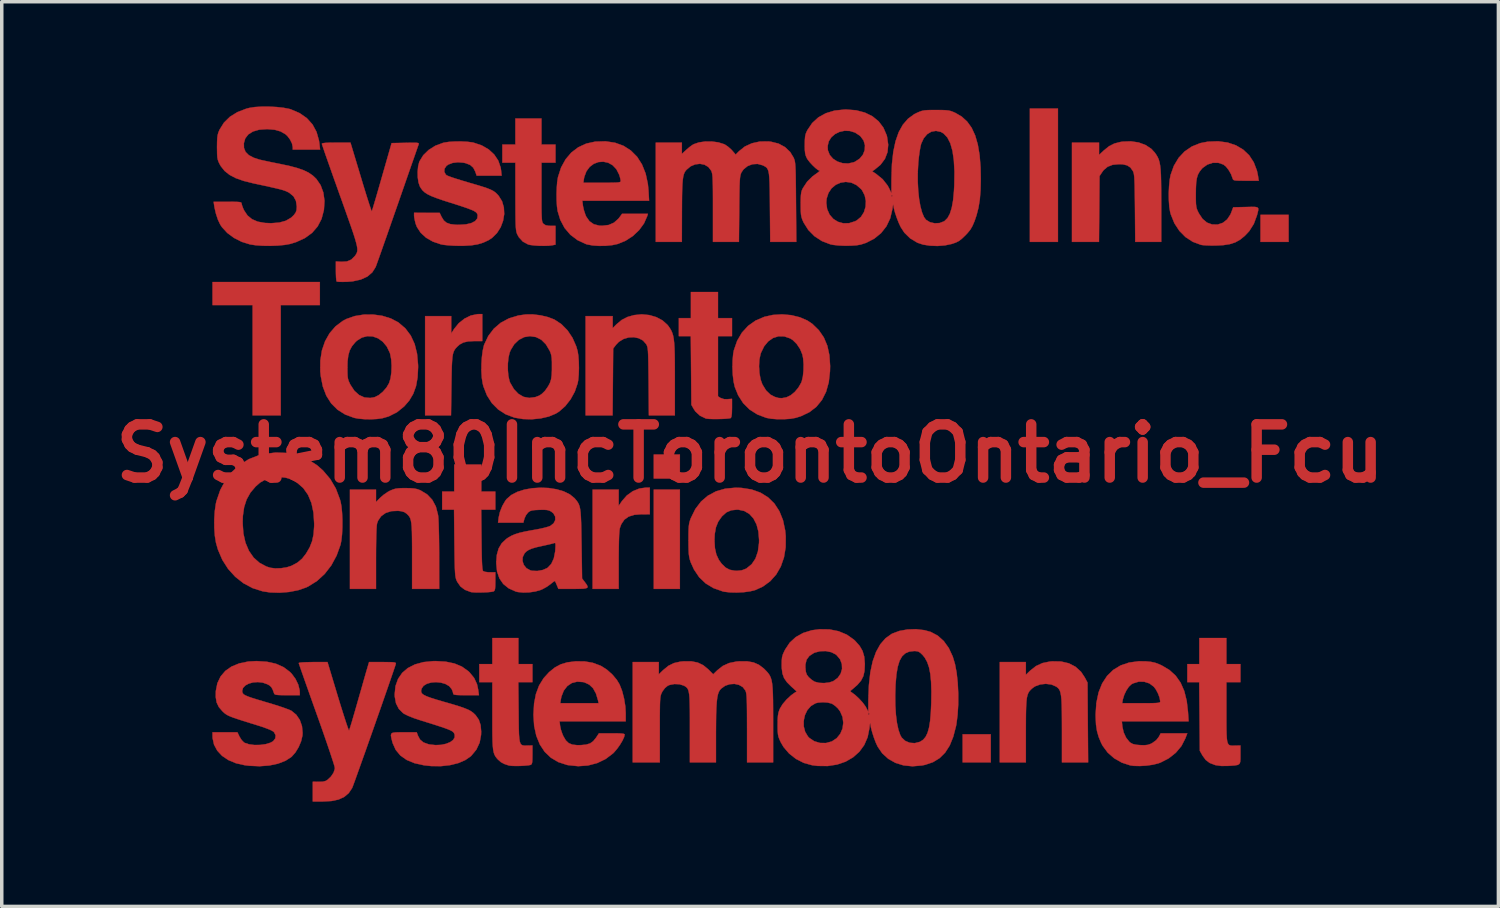
<source format=kicad_pcb>
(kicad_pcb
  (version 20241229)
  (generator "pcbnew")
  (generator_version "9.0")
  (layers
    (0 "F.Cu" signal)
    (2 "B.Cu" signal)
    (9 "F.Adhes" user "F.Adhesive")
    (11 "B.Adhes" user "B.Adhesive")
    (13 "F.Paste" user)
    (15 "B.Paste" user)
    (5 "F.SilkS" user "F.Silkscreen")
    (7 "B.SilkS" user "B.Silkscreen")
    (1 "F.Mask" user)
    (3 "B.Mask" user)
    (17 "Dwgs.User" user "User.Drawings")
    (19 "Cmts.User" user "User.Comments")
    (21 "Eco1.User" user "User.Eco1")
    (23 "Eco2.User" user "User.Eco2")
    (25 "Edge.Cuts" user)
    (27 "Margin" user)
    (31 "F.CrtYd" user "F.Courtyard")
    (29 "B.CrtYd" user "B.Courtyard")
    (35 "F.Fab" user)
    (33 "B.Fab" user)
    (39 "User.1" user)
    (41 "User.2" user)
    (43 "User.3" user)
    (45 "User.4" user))
  (footprint "System80IncTorontoOntario_Fcu"
    (layer "F.Cu")
    (at 18.44 9.943)
    (property "Reference" "System80IncTorontoOntario_Fcu" (at 0 0 0) (layer "F.Cu") (effects (font (size 1.524 1.524) (thickness 0.3))))
    (attr through_hole)
    (fp_poly (pts (xy -2.011 0.718) (xy -2.758 0.718) (xy -2.758 0.029) (xy -2.011 0.029) (xy -2.011 0.718)) (stroke (width 0.01) (type solid)) (fill yes) (layer "F.Cu"))
    (fp_poly (pts (xy -2.011 3.879) (xy -2.758 3.879) (xy -2.758 1.034) (xy -2.011 1.034) (xy -2.011 3.879)) (stroke (width 0.01) (type solid)) (fill yes) (layer "F.Cu"))
    (fp_poly (pts (xy 6.896 8.85) (xy 6.091 8.85) (xy 6.091 8.045) (xy 6.896 8.045) (xy 6.896 8.85)) (stroke (width 0.01) (type solid)) (fill yes) (layer "F.Cu"))
    (fp_poly (pts (xy 8.821 -6.063) (xy 8.017 -6.063) (xy 8.017 -9.884) (xy 8.821 -9.884) (xy 8.821 -6.063)) (stroke (width 0.01) (type solid)) (fill yes) (layer "F.Cu"))
    (fp_poly (pts (xy 15.43 -6.063) (xy 14.625 -6.063) (xy 14.625 -6.838) (xy 15.43 -6.838) (xy 15.43 -6.063)) (stroke (width 0.01) (type solid)) (fill yes) (layer "F.Cu"))
    (fp_poly (pts (xy -12.326 -4.252) (xy -13.447 -4.252) (xy -13.447 -1.092) (xy -14.252 -1.092) (xy -14.252 -4.252) (xy -15.401 -4.252) (xy -15.401 -4.913) (xy -12.326 -4.913) (xy -12.326 -4.252)) (stroke (width 0.01) (type solid)) (fill yes) (layer "F.Cu"))
    (fp_poly (pts (xy -2.873 1.742) (xy -3.11 1.741) (xy -3.316 1.757) (xy -3.479 1.808) (xy -3.602 1.896) (xy -3.689 2.024) (xy -3.732 2.141) (xy -3.742 2.208) (xy -3.751 2.329) (xy -3.757 2.497) (xy -3.761 2.709) (xy -3.764 2.959) (xy -3.764 3.067) (xy -3.764 3.879) (xy -4.511 3.879) (xy -4.511 1.034) (xy -3.764 1.034) (xy -3.764 1.5) (xy -3.669 1.361) (xy -3.53 1.202) (xy -3.361 1.081) (xy -3.172 1.004) (xy -2.981 0.977) (xy -2.873 0.977) (xy -2.873 1.742)) (stroke (width 0.01) (type solid)) (fill yes) (layer "F.Cu"))
    (fp_poly (pts (xy -7.672 -3.221) (xy -7.898 -3.221) (xy -8.076 -3.212) (xy -8.213 -3.181) (xy -8.322 -3.122) (xy -8.395 -3.056) (xy -8.436 -3.011) (xy -8.468 -2.966) (xy -8.493 -2.913) (xy -8.513 -2.848) (xy -8.527 -2.762) (xy -8.537 -2.648) (xy -8.545 -2.501) (xy -8.55 -2.314) (xy -8.554 -2.079) (xy -8.556 -1.947) (xy -8.568 -1.092) (xy -9.31 -1.092) (xy -9.31 -3.936) (xy -8.562 -3.936) (xy -8.562 -3.437) (xy -8.481 -3.566) (xy -8.346 -3.733) (xy -8.182 -3.864) (xy -8 -3.953) (xy -7.81 -3.992) (xy -7.767 -3.994) (xy -7.672 -3.994) (xy -7.672 -3.221)) (stroke (width 0.01) (type solid)) (fill yes) (layer "F.Cu"))
    (fp_poly (pts (xy -0.919 -3.879) (xy -0.517 -3.879) (xy -0.517 -3.362) (xy -0.919 -3.362) (xy -0.919 -1.639) (xy -0.848 -1.592) (xy -0.744 -1.557) (xy -0.647 -1.556) (xy -0.517 -1.566) (xy -0.517 -1.302) (xy -0.521 -1.151) (xy -0.533 -1.056) (xy -0.552 -1.016) (xy -0.599 -1.005) (xy -0.688 -0.996) (xy -0.806 -0.99) (xy -0.935 -0.987) (xy -1.063 -0.987) (xy -1.173 -0.991) (xy -1.252 -0.999) (xy -1.271 -1.004) (xy -1.436 -1.084) (xy -1.566 -1.204) (xy -1.61 -1.27) (xy -1.681 -1.394) (xy -1.698 -3.362) (xy -2.04 -3.362) (xy -2.04 -3.879) (xy -1.695 -3.879) (xy -1.695 -4.626) (xy -0.919 -4.626) (xy -0.919 -3.879)) (stroke (width 0.01) (type solid)) (fill yes) (layer "F.Cu"))
    (fp_poly (pts (xy 13.648 6.034) (xy 14.05 6.034) (xy 14.05 6.551) (xy 13.648 6.551) (xy 13.648 7.408) (xy 13.648 7.669) (xy 13.649 7.878) (xy 13.653 8.041) (xy 13.66 8.164) (xy 13.672 8.252) (xy 13.692 8.311) (xy 13.719 8.347) (xy 13.756 8.365) (xy 13.804 8.371) (xy 13.864 8.37) (xy 13.889 8.37) (xy 14.05 8.366) (xy 14.05 8.633) (xy 14.05 8.756) (xy 14.043 8.839) (xy 14.021 8.892) (xy 13.973 8.922) (xy 13.89 8.937) (xy 13.764 8.947) (xy 13.691 8.951) (xy 13.5 8.952) (xy 13.345 8.931) (xy 13.323 8.925) (xy 13.169 8.866) (xy 13.055 8.78) (xy 12.963 8.654) (xy 12.959 8.646) (xy 12.887 8.519) (xy 12.869 6.551) (xy 12.528 6.551) (xy 12.528 6.034) (xy 12.872 6.034) (xy 12.872 5.287) (xy 13.648 5.287) (xy 13.648 6.034)) (stroke (width 0.01) (type solid)) (fill yes) (layer "F.Cu"))
    (fp_poly (pts (xy -5.976 -8.85) (xy -5.574 -8.85) (xy -5.574 -8.333) (xy -5.976 -8.333) (xy -5.976 -7.485) (xy -5.976 -7.242) (xy -5.976 -7.049) (xy -5.974 -6.901) (xy -5.97 -6.791) (xy -5.965 -6.712) (xy -5.958 -6.658) (xy -5.948 -6.622) (xy -5.935 -6.598) (xy -5.919 -6.58) (xy -5.857 -6.54) (xy -5.764 -6.524) (xy -5.718 -6.522) (xy -5.574 -6.522) (xy -5.574 -5.984) (xy -5.664 -5.966) (xy -5.768 -5.953) (xy -5.903 -5.949) (xy -6.05 -5.951) (xy -6.19 -5.961) (xy -6.305 -5.976) (xy -6.36 -5.99) (xy -6.51 -6.071) (xy -6.624 -6.196) (xy -6.669 -6.278) (xy -6.684 -6.314) (xy -6.695 -6.355) (xy -6.704 -6.409) (xy -6.711 -6.482) (xy -6.716 -6.58) (xy -6.719 -6.709) (xy -6.721 -6.877) (xy -6.722 -7.089) (xy -6.723 -7.352) (xy -6.723 -7.363) (xy -6.724 -8.333) (xy -7.097 -8.333) (xy -7.097 -8.85) (xy -6.724 -8.85) (xy -6.724 -9.597) (xy -5.976 -9.597) (xy -5.976 -8.85)) (stroke (width 0.01) (type solid)) (fill yes) (layer "F.Cu"))
    (fp_poly (pts (xy 8.911 5.96) (xy 9.134 6.012) (xy 9.325 6.111) (xy 9.483 6.255) (xy 9.591 6.418) (xy 9.669 6.565) (xy 9.677 7.708) (xy 9.686 8.85) (xy 8.936 8.85) (xy 8.936 7.902) (xy 8.935 7.618) (xy 8.933 7.385) (xy 8.929 7.198) (xy 8.922 7.05) (xy 8.91 6.937) (xy 8.894 6.852) (xy 8.873 6.789) (xy 8.845 6.743) (xy 8.81 6.707) (xy 8.769 6.677) (xy 8.633 6.619) (xy 8.474 6.599) (xy 8.312 6.617) (xy 8.166 6.671) (xy 8.098 6.718) (xy 8.047 6.763) (xy 8.006 6.807) (xy 7.973 6.859) (xy 7.949 6.922) (xy 7.93 7.005) (xy 7.918 7.113) (xy 7.91 7.253) (xy 7.905 7.432) (xy 7.903 7.654) (xy 7.902 7.928) (xy 7.902 7.938) (xy 7.902 8.85) (xy 7.155 8.85) (xy 7.155 5.976) (xy 7.902 5.976) (xy 7.902 6.34) (xy 8.025 6.222) (xy 8.193 6.09) (xy 8.377 6.005) (xy 8.591 5.961) (xy 8.656 5.955) (xy 8.911 5.96)) (stroke (width 0.01) (type solid)) (fill yes) (layer "F.Cu"))
    (fp_poly (pts (xy -7.7 1.092) (xy -7.298 1.092) (xy -7.298 1.609) (xy -7.703 1.609) (xy -7.694 2.47) (xy -7.691 2.73) (xy -7.687 2.939) (xy -7.682 3.1) (xy -7.676 3.218) (xy -7.668 3.299) (xy -7.659 3.348) (xy -7.649 3.368) (xy -7.597 3.39) (xy -7.506 3.402) (xy -7.455 3.403) (xy -7.298 3.402) (xy -7.298 3.666) (xy -7.3 3.794) (xy -7.306 3.875) (xy -7.318 3.922) (xy -7.339 3.946) (xy -7.348 3.951) (xy -7.409 3.964) (xy -7.51 3.974) (xy -7.634 3.98) (xy -7.764 3.983) (xy -7.883 3.981) (xy -7.973 3.974) (xy -8.002 3.969) (xy -8.169 3.906) (xy -8.294 3.813) (xy -8.387 3.681) (xy -8.41 3.634) (xy -8.424 3.596) (xy -8.435 3.55) (xy -8.445 3.488) (xy -8.452 3.404) (xy -8.458 3.292) (xy -8.462 3.146) (xy -8.466 2.958) (xy -8.469 2.723) (xy -8.471 2.564) (xy -8.481 1.609) (xy -8.821 1.609) (xy -8.821 1.092) (xy -8.476 1.092) (xy -8.476 0.316) (xy -7.7 0.316) (xy -7.7 1.092)) (stroke (width 0.01) (type solid)) (fill yes) (layer "F.Cu"))
    (fp_poly (pts (xy -2.888 -3.966) (xy -2.686 -3.907) (xy -2.509 -3.813) (xy -2.368 -3.687) (xy -2.341 -3.653) (xy -2.296 -3.588) (xy -2.259 -3.525) (xy -2.229 -3.457) (xy -2.205 -3.379) (xy -2.187 -3.285) (xy -2.174 -3.168) (xy -2.165 -3.022) (xy -2.159 -2.841) (xy -2.156 -2.619) (xy -2.155 -2.349) (xy -2.155 -2.146) (xy -2.155 -1.092) (xy -2.899 -1.092) (xy -2.907 -2.062) (xy -2.91 -2.325) (xy -2.913 -2.536) (xy -2.916 -2.703) (xy -2.92 -2.832) (xy -2.925 -2.928) (xy -2.932 -2.999) (xy -2.941 -3.05) (xy -2.953 -3.088) (xy -2.968 -3.119) (xy -2.975 -3.132) (xy -3.066 -3.236) (xy -3.189 -3.302) (xy -3.331 -3.332) (xy -3.482 -3.324) (xy -3.628 -3.28) (xy -3.759 -3.199) (xy -3.839 -3.116) (xy -3.922 -3.007) (xy -3.93 -2.05) (xy -3.939 -1.092) (xy -4.712 -1.092) (xy -4.712 -3.936) (xy -3.936 -3.936) (xy -3.936 -3.592) (xy -3.823 -3.705) (xy -3.675 -3.828) (xy -3.51 -3.912) (xy -3.322 -3.965) (xy -3.104 -3.987) (xy -2.888 -3.966)) (stroke (width 0.01) (type solid)) (fill yes) (layer "F.Cu"))
    (fp_poly (pts (xy 11.133 -8.911) (xy 11.331 -8.838) (xy 11.495 -8.73) (xy 11.597 -8.62) (xy 11.641 -8.556) (xy 11.678 -8.493) (xy 11.708 -8.426) (xy 11.731 -8.348) (xy 11.749 -8.253) (xy 11.762 -8.135) (xy 11.771 -7.988) (xy 11.776 -7.806) (xy 11.779 -7.582) (xy 11.78 -7.311) (xy 11.781 -7.117) (xy 11.781 -6.063) (xy 11.036 -6.063) (xy 11.028 -7.032) (xy 11.025 -7.298) (xy 11.022 -7.512) (xy 11.019 -7.682) (xy 11.014 -7.812) (xy 11.009 -7.91) (xy 11.001 -7.982) (xy 10.992 -8.033) (xy 10.98 -8.07) (xy 10.968 -8.095) (xy 10.897 -8.194) (xy 10.804 -8.255) (xy 10.679 -8.285) (xy 10.575 -8.289) (xy 10.391 -8.272) (xy 10.245 -8.216) (xy 10.13 -8.119) (xy 10.09 -8.064) (xy 10.013 -7.949) (xy 10.005 -7.006) (xy 9.997 -6.063) (xy 9.223 -6.063) (xy 9.223 -8.907) (xy 9.999 -8.907) (xy 9.999 -8.555) (xy 10.14 -8.686) (xy 10.287 -8.804) (xy 10.438 -8.881) (xy 10.614 -8.926) (xy 10.674 -8.935) (xy 10.911 -8.944) (xy 11.133 -8.911)) (stroke (width 0.01) (type solid)) (fill yes) (layer "F.Cu"))
    (fp_poly (pts (xy -6.637 6.034) (xy -6.235 6.034) (xy -6.235 6.551) (xy -6.64 6.551) (xy -6.631 7.412) (xy -6.629 7.672) (xy -6.626 7.881) (xy -6.621 8.043) (xy -6.612 8.165) (xy -6.598 8.252) (xy -6.578 8.311) (xy -6.55 8.346) (xy -6.512 8.363) (xy -6.464 8.369) (xy -6.402 8.368) (xy -6.38 8.368) (xy -6.235 8.365) (xy -6.235 8.633) (xy -6.237 8.761) (xy -6.242 8.844) (xy -6.254 8.891) (xy -6.274 8.915) (xy -6.285 8.921) (xy -6.35 8.934) (xy -6.454 8.944) (xy -6.579 8.951) (xy -6.707 8.953) (xy -6.82 8.95) (xy -6.899 8.941) (xy -6.91 8.939) (xy -7.042 8.895) (xy -7.137 8.844) (xy -7.216 8.775) (xy -7.218 8.774) (xy -7.261 8.726) (xy -7.295 8.68) (xy -7.323 8.629) (xy -7.344 8.566) (xy -7.36 8.486) (xy -7.371 8.381) (xy -7.378 8.246) (xy -7.382 8.074) (xy -7.384 7.859) (xy -7.384 7.594) (xy -7.384 7.515) (xy -7.384 6.551) (xy -7.758 6.551) (xy -7.758 6.034) (xy -7.384 6.034) (xy -7.384 5.287) (xy -6.637 5.287) (xy -6.637 6.034)) (stroke (width 0.01) (type solid)) (fill yes) (layer "F.Cu"))
    (fp_poly (pts (xy -9.723 0.995) (xy -9.616 1.004) (xy -9.53 1.023) (xy -9.45 1.053) (xy -9.439 1.058) (xy -9.251 1.173) (xy -9.106 1.326) (xy -9.002 1.519) (xy -8.942 1.751) (xy -8.936 1.789) (xy -8.929 1.869) (xy -8.923 1.998) (xy -8.918 2.167) (xy -8.913 2.366) (xy -8.91 2.587) (xy -8.908 2.822) (xy -8.908 2.938) (xy -8.907 3.879) (xy -9.683 3.879) (xy -9.683 2.93) (xy -9.683 2.654) (xy -9.685 2.43) (xy -9.688 2.25) (xy -9.694 2.109) (xy -9.704 2.001) (xy -9.718 1.919) (xy -9.736 1.858) (xy -9.761 1.81) (xy -9.793 1.77) (xy -9.832 1.731) (xy -9.838 1.726) (xy -9.904 1.68) (xy -9.991 1.654) (xy -10.087 1.643) (xy -10.279 1.652) (xy -10.441 1.704) (xy -10.57 1.797) (xy -10.66 1.928) (xy -10.687 2.005) (xy -10.696 2.064) (xy -10.703 2.174) (xy -10.709 2.328) (xy -10.713 2.521) (xy -10.716 2.744) (xy -10.717 2.993) (xy -10.717 2.995) (xy -10.717 3.879) (xy -11.464 3.879) (xy -11.464 1.034) (xy -10.717 1.034) (xy -10.717 1.391) (xy -10.595 1.266) (xy -10.495 1.18) (xy -10.376 1.099) (xy -10.315 1.066) (xy -10.232 1.031) (xy -10.155 1.008) (xy -10.065 0.997) (xy -9.946 0.992) (xy -9.87 0.992) (xy -9.723 0.995)) (stroke (width 0.01) (type solid)) (fill yes) (layer "F.Cu"))
    (fp_poly (pts (xy 1.181 -3.963) (xy 1.426 -3.903) (xy 1.643 -3.809) (xy 1.784 -3.714) (xy 1.971 -3.532) (xy 2.114 -3.324) (xy 2.214 -3.086) (xy 2.273 -2.815) (xy 2.294 -2.506) (xy 2.29 -2.356) (xy 2.255 -2.042) (xy 2.178 -1.768) (xy 2.06 -1.534) (xy 1.901 -1.339) (xy 1.7 -1.184) (xy 1.457 -1.068) (xy 1.302 -1.02) (xy 1.154 -0.994) (xy 0.974 -0.982) (xy 0.783 -0.982) (xy 0.605 -0.996) (xy 0.467 -1.021) (xy 0.209 -1.118) (xy -0.013 -1.259) (xy -0.197 -1.443) (xy -0.341 -1.668) (xy -0.438 -1.907) (xy -0.472 -2.062) (xy -0.495 -2.254) (xy -0.504 -2.463) (xy -0.503 -2.499) (xy 0.257 -2.499) (xy 0.269 -2.304) (xy 0.302 -2.121) (xy 0.352 -1.981) (xy 0.458 -1.808) (xy 0.582 -1.688) (xy 0.708 -1.622) (xy 0.818 -1.59) (xy 0.912 -1.585) (xy 1.021 -1.605) (xy 1.049 -1.612) (xy 1.165 -1.668) (xy 1.282 -1.765) (xy 1.386 -1.89) (xy 1.465 -2.027) (xy 1.482 -2.072) (xy 1.514 -2.209) (xy 1.531 -2.378) (xy 1.534 -2.558) (xy 1.521 -2.724) (xy 1.499 -2.835) (xy 1.434 -2.993) (xy 1.338 -3.137) (xy 1.224 -3.25) (xy 1.15 -3.297) (xy 0.98 -3.355) (xy 0.815 -3.358) (xy 0.66 -3.31) (xy 0.521 -3.213) (xy 0.403 -3.07) (xy 0.313 -2.885) (xy 0.301 -2.85) (xy 0.267 -2.689) (xy 0.257 -2.499) (xy -0.503 -2.499) (xy -0.5 -2.67) (xy -0.483 -2.856) (xy -0.463 -2.96) (xy -0.369 -3.23) (xy -0.232 -3.464) (xy -0.055 -3.657) (xy 0.159 -3.809) (xy 0.408 -3.915) (xy 0.654 -3.97) (xy 0.92 -3.986) (xy 1.181 -3.963)) (stroke (width 0.01) (type solid)) (fill yes) (layer "F.Cu"))
    (fp_poly (pts (xy -10.538 -3.945) (xy -10.293 -3.869) (xy -10.079 -3.757) (xy -10.071 -3.751) (xy -9.875 -3.583) (xy -9.722 -3.379) (xy -9.61 -3.138) (xy -9.541 -2.858) (xy -9.512 -2.538) (xy -9.511 -2.471) (xy -9.526 -2.178) (xy -9.571 -1.927) (xy -9.65 -1.71) (xy -9.765 -1.516) (xy -9.909 -1.35) (xy -10.118 -1.181) (xy -10.355 -1.062) (xy -10.539 -1.009) (xy -10.687 -0.989) (xy -10.863 -0.98) (xy -11.047 -0.983) (xy -11.216 -0.998) (xy -11.342 -1.021) (xy -11.601 -1.117) (xy -11.82 -1.255) (xy -12 -1.434) (xy -12.14 -1.654) (xy -12.24 -1.916) (xy -12.3 -2.219) (xy -12.314 -2.356) (xy -12.313 -2.469) (xy -11.536 -2.469) (xy -11.535 -2.323) (xy -11.531 -2.218) (xy -11.52 -2.141) (xy -11.5 -2.075) (xy -11.468 -2.005) (xy -11.45 -1.969) (xy -11.337 -1.797) (xy -11.203 -1.676) (xy -11.051 -1.606) (xy -10.884 -1.591) (xy -10.765 -1.611) (xy -10.644 -1.669) (xy -10.523 -1.767) (xy -10.415 -1.891) (xy -10.341 -2.019) (xy -10.3 -2.155) (xy -10.276 -2.326) (xy -10.27 -2.513) (xy -10.281 -2.695) (xy -10.311 -2.853) (xy -10.323 -2.889) (xy -10.408 -3.065) (xy -10.523 -3.203) (xy -10.659 -3.3) (xy -10.809 -3.354) (xy -10.965 -3.362) (xy -11.119 -3.322) (xy -11.263 -3.233) (xy -11.312 -3.186) (xy -11.406 -3.072) (xy -11.471 -2.952) (xy -11.511 -2.812) (xy -11.532 -2.64) (xy -11.536 -2.469) (xy -12.313 -2.469) (xy -12.312 -2.666) (xy -12.266 -2.955) (xy -12.176 -3.217) (xy -12.046 -3.447) (xy -11.877 -3.642) (xy -11.672 -3.797) (xy -11.565 -3.854) (xy -11.328 -3.937) (xy -11.069 -3.979) (xy -10.801 -3.981) (xy -10.538 -3.945)) (stroke (width 0.01) (type solid)) (fill yes) (layer "F.Cu"))
    (fp_poly (pts (xy -0.246 0.986) (xy 0.043 1.031) (xy 0.298 1.122) (xy 0.516 1.257) (xy 0.697 1.434) (xy 0.84 1.653) (xy 0.944 1.912) (xy 1.007 2.21) (xy 1.022 2.368) (xy 1.02 2.685) (xy 0.972 2.976) (xy 0.881 3.238) (xy 0.749 3.467) (xy 0.577 3.659) (xy 0.368 3.812) (xy 0.15 3.912) (xy 0.003 3.949) (xy -0.181 3.974) (xy -0.379 3.984) (xy -0.572 3.98) (xy -0.738 3.961) (xy -0.782 3.951) (xy -1.046 3.858) (xy -1.27 3.724) (xy -1.457 3.546) (xy -1.607 3.323) (xy -1.701 3.115) (xy -1.725 3.042) (xy -1.742 2.97) (xy -1.754 2.886) (xy -1.76 2.778) (xy -1.764 2.634) (xy -1.764 2.485) (xy -1.02 2.485) (xy -1.007 2.71) (xy -0.966 2.894) (xy -0.893 3.05) (xy -0.813 3.16) (xy -0.7 3.269) (xy -0.581 3.332) (xy -0.436 3.359) (xy -0.376 3.361) (xy -0.24 3.348) (xy -0.123 3.304) (xy -0.101 3.292) (xy 0.046 3.173) (xy 0.155 3.012) (xy 0.225 2.808) (xy 0.257 2.563) (xy 0.259 2.48) (xy 0.24 2.239) (xy 0.185 2.031) (xy 0.097 1.861) (xy -0.021 1.731) (xy -0.167 1.646) (xy -0.337 1.61) (xy -0.373 1.609) (xy -0.539 1.627) (xy -0.675 1.685) (xy -0.796 1.792) (xy -0.812 1.81) (xy -0.913 1.954) (xy -0.978 2.116) (xy -1.012 2.308) (xy -1.02 2.485) (xy -1.764 2.485) (xy -1.764 2.307) (xy -1.761 2.175) (xy -1.754 2.076) (xy -1.743 1.999) (xy -1.725 1.931) (xy -1.7 1.86) (xy -1.697 1.853) (xy -1.568 1.592) (xy -1.404 1.376) (xy -1.206 1.207) (xy -0.975 1.084) (xy -0.712 1.008) (xy -0.419 0.98) (xy -0.246 0.986)) (stroke (width 0.01) (type solid)) (fill yes) (layer "F.Cu"))
    (fp_poly (pts (xy -3.867 -8.903) (xy -3.625 -8.815) (xy -3.415 -8.68) (xy -3.237 -8.502) (xy -3.096 -8.281) (xy -2.992 -8.021) (xy -2.928 -7.723) (xy -2.91 -7.539) (xy -2.893 -7.241) (xy -4.806 -7.241) (xy -4.787 -7.09) (xy -4.761 -6.972) (xy -4.719 -6.845) (xy -4.696 -6.79) (xy -4.603 -6.656) (xy -4.478 -6.569) (xy -4.32 -6.528) (xy -4.236 -6.525) (xy -4.051 -6.547) (xy -3.9 -6.613) (xy -3.773 -6.726) (xy -3.735 -6.774) (xy -3.667 -6.867) (xy -2.927 -6.867) (xy -2.946 -6.803) (xy -3.038 -6.593) (xy -3.179 -6.4) (xy -3.358 -6.231) (xy -3.568 -6.095) (xy -3.789 -6.004) (xy -3.947 -5.97) (xy -4.133 -5.951) (xy -4.328 -5.948) (xy -4.513 -5.961) (xy -4.667 -5.99) (xy -4.698 -5.999) (xy -4.942 -6.112) (xy -5.148 -6.267) (xy -5.314 -6.462) (xy -5.437 -6.695) (xy -5.514 -6.948) (xy -5.532 -7.081) (xy -5.542 -7.251) (xy -5.544 -7.44) (xy -5.537 -7.627) (xy -5.527 -7.758) (xy -4.777 -7.758) (xy -4.242 -7.758) (xy -4.054 -7.758) (xy -3.916 -7.76) (xy -3.82 -7.763) (xy -3.759 -7.769) (xy -3.725 -7.779) (xy -3.71 -7.792) (xy -3.707 -7.811) (xy -3.707 -7.812) (xy -3.716 -7.871) (xy -3.739 -7.956) (xy -3.751 -7.991) (xy -3.831 -8.147) (xy -3.938 -8.26) (xy -4.066 -8.331) (xy -4.204 -8.36) (xy -4.344 -8.35) (xy -4.477 -8.3) (xy -4.595 -8.212) (xy -4.688 -8.087) (xy -4.749 -7.926) (xy -4.758 -7.88) (xy -4.777 -7.758) (xy -5.527 -7.758) (xy -5.523 -7.795) (xy -5.503 -7.92) (xy -5.414 -8.194) (xy -5.285 -8.429) (xy -5.12 -8.623) (xy -4.921 -8.774) (xy -4.692 -8.879) (xy -4.436 -8.935) (xy -4.138 -8.944) (xy -3.867 -8.903)) (stroke (width 0.01) (type solid)) (fill yes) (layer "F.Cu"))
    (fp_poly (pts (xy -4.741 5.957) (xy -4.51 5.996) (xy -4.291 6.077) (xy -4.255 6.095) (xy -4.1 6.195) (xy -3.948 6.331) (xy -3.818 6.485) (xy -3.739 6.616) (xy -3.666 6.802) (xy -3.61 7.021) (xy -3.573 7.248) (xy -3.563 7.432) (xy -3.563 7.672) (xy -5.458 7.672) (xy -5.442 7.808) (xy -5.419 7.914) (xy -5.378 8.034) (xy -5.349 8.101) (xy -5.279 8.219) (xy -5.198 8.297) (xy -5.093 8.341) (xy -4.954 8.357) (xy -4.851 8.356) (xy -4.697 8.341) (xy -4.584 8.307) (xy -4.495 8.244) (xy -4.413 8.144) (xy -4.399 8.122) (xy -4.329 8.017) (xy -3.96 8.017) (xy -3.802 8.018) (xy -3.694 8.022) (xy -3.628 8.03) (xy -3.597 8.043) (xy -3.592 8.055) (xy -3.61 8.128) (xy -3.657 8.229) (xy -3.726 8.344) (xy -3.808 8.459) (xy -3.893 8.559) (xy -3.922 8.589) (xy -4.135 8.751) (xy -4.378 8.869) (xy -4.644 8.939) (xy -4.925 8.959) (xy -5.214 8.929) (xy -5.251 8.921) (xy -5.496 8.841) (xy -5.708 8.715) (xy -5.884 8.547) (xy -6.023 8.337) (xy -6.124 8.089) (xy -6.186 7.805) (xy -6.206 7.488) (xy -6.188 7.169) (xy -6.186 7.155) (xy -5.438 7.155) (xy -4.338 7.155) (xy -4.355 7.076) (xy -4.415 6.876) (xy -4.498 6.726) (xy -4.607 6.622) (xy -4.746 6.558) (xy -4.782 6.549) (xy -4.953 6.537) (xy -5.107 6.576) (xy -5.236 6.663) (xy -5.337 6.793) (xy -5.404 6.963) (xy -5.419 7.037) (xy -5.438 7.155) (xy -6.186 7.155) (xy -6.135 6.891) (xy -6.045 6.649) (xy -5.915 6.438) (xy -5.759 6.266) (xy -5.594 6.132) (xy -5.425 6.041) (xy -5.235 5.984) (xy -5.009 5.956) (xy -5 5.955) (xy -4.741 5.957)) (stroke (width 0.01) (type solid)) (fill yes) (layer "F.Cu"))
    (fp_poly (pts (xy -6.001 -3.958) (xy -5.79 -3.908) (xy -5.611 -3.84) (xy -5.602 -3.835) (xy -5.404 -3.704) (xy -5.23 -3.527) (xy -5.087 -3.313) (xy -4.98 -3.07) (xy -4.94 -2.931) (xy -4.919 -2.798) (xy -4.907 -2.63) (xy -4.903 -2.445) (xy -4.909 -2.263) (xy -4.923 -2.104) (xy -4.94 -2.011) (xy -5.021 -1.773) (xy -5.143 -1.551) (xy -5.296 -1.356) (xy -5.471 -1.202) (xy -5.567 -1.142) (xy -5.767 -1.059) (xy -6.001 -1.005) (xy -6.252 -0.98) (xy -6.505 -0.987) (xy -6.743 -1.027) (xy -6.752 -1.029) (xy -7 -1.122) (xy -7.216 -1.261) (xy -7.397 -1.443) (xy -7.539 -1.666) (xy -7.64 -1.925) (xy -7.66 -2.004) (xy -7.685 -2.162) (xy -7.697 -2.352) (xy -7.697 -2.396) (xy -6.94 -2.396) (xy -6.925 -2.225) (xy -6.893 -2.081) (xy -6.875 -2.031) (xy -6.766 -1.844) (xy -6.637 -1.708) (xy -6.489 -1.623) (xy -6.327 -1.592) (xy -6.153 -1.615) (xy -6.04 -1.658) (xy -5.962 -1.711) (xy -5.883 -1.788) (xy -5.856 -1.822) (xy -5.782 -1.93) (xy -5.732 -2.025) (xy -5.701 -2.124) (xy -5.684 -2.242) (xy -5.677 -2.395) (xy -5.677 -2.471) (xy -5.677 -2.623) (xy -5.683 -2.732) (xy -5.695 -2.814) (xy -5.715 -2.885) (xy -5.741 -2.945) (xy -5.849 -3.127) (xy -5.98 -3.258) (xy -6.134 -3.336) (xy -6.307 -3.362) (xy -6.474 -3.334) (xy -6.625 -3.256) (xy -6.755 -3.132) (xy -6.856 -2.968) (xy -6.889 -2.889) (xy -6.922 -2.747) (xy -6.939 -2.577) (xy -6.94 -2.396) (xy -7.697 -2.396) (xy -7.696 -2.558) (xy -7.683 -2.763) (xy -7.659 -2.948) (xy -7.625 -3.097) (xy -7.618 -3.118) (xy -7.5 -3.367) (xy -7.341 -3.576) (xy -7.144 -3.745) (xy -6.909 -3.871) (xy -6.64 -3.953) (xy -6.423 -3.984) (xy -6.22 -3.985) (xy -6.001 -3.958)) (stroke (width 0.01) (type solid)) (fill yes) (layer "F.Cu"))
    (fp_poly (pts (xy 13.683 -8.909) (xy 13.923 -8.828) (xy 14.13 -8.705) (xy 14.302 -8.542) (xy 14.433 -8.34) (xy 14.523 -8.102) (xy 14.554 -7.951) (xy 14.574 -7.815) (xy 14.209 -7.815) (xy 14.059 -7.816) (xy 13.956 -7.818) (xy 13.891 -7.824) (xy 13.854 -7.836) (xy 13.836 -7.854) (xy 13.827 -7.879) (xy 13.781 -8.003) (xy 13.712 -8.123) (xy 13.633 -8.223) (xy 13.562 -8.279) (xy 13.412 -8.329) (xy 13.254 -8.328) (xy 13.102 -8.278) (xy 12.968 -8.182) (xy 12.94 -8.153) (xy 12.877 -8.072) (xy 12.831 -7.987) (xy 12.801 -7.888) (xy 12.782 -7.764) (xy 12.774 -7.602) (xy 12.772 -7.44) (xy 12.772 -7.282) (xy 12.775 -7.167) (xy 12.783 -7.084) (xy 12.797 -7.019) (xy 12.82 -6.959) (xy 12.854 -6.89) (xy 12.859 -6.88) (xy 12.964 -6.722) (xy 13.09 -6.616) (xy 13.235 -6.563) (xy 13.397 -6.559) (xy 13.544 -6.608) (xy 13.668 -6.705) (xy 13.763 -6.847) (xy 13.787 -6.905) (xy 13.843 -7.054) (xy 14.205 -7.062) (xy 14.361 -7.066) (xy 14.466 -7.065) (xy 14.53 -7.053) (xy 14.559 -7.026) (xy 14.561 -6.976) (xy 14.543 -6.899) (xy 14.524 -6.825) (xy 14.434 -6.58) (xy 14.302 -6.371) (xy 14.174 -6.235) (xy 14.04 -6.126) (xy 13.902 -6.049) (xy 13.748 -5.999) (xy 13.563 -5.97) (xy 13.361 -5.959) (xy 13.216 -5.958) (xy 13.082 -5.962) (xy 12.974 -5.97) (xy 12.919 -5.978) (xy 12.685 -6.065) (xy 12.477 -6.2) (xy 12.3 -6.379) (xy 12.158 -6.596) (xy 12.056 -6.848) (xy 12.035 -6.925) (xy 12.011 -7.069) (xy 11.999 -7.252) (xy 11.996 -7.454) (xy 12.005 -7.657) (xy 12.023 -7.841) (xy 12.049 -7.98) (xy 12.143 -8.243) (xy 12.278 -8.469) (xy 12.451 -8.654) (xy 12.659 -8.796) (xy 12.898 -8.892) (xy 13.115 -8.934) (xy 13.412 -8.945) (xy 13.683 -8.909)) (stroke (width 0.01) (type solid)) (fill yes) (layer "F.Cu"))
    (fp_poly (pts (xy 11.336 5.955) (xy 11.483 5.969) (xy 11.601 5.994) (xy 11.721 6.039) (xy 11.796 6.073) (xy 12.015 6.203) (xy 12.194 6.366) (xy 12.336 6.567) (xy 12.441 6.807) (xy 12.511 7.09) (xy 12.547 7.399) (xy 12.565 7.672) (xy 10.652 7.672) (xy 10.668 7.83) (xy 10.705 7.994) (xy 10.774 8.143) (xy 10.867 8.26) (xy 10.898 8.286) (xy 10.969 8.324) (xy 11.066 8.346) (xy 11.186 8.356) (xy 11.307 8.358) (xy 11.395 8.348) (xy 11.472 8.322) (xy 11.522 8.297) (xy 11.637 8.214) (xy 11.709 8.123) (xy 11.766 8.017) (xy 12.147 8.017) (xy 12.527 8.017) (xy 12.472 8.162) (xy 12.359 8.382) (xy 12.198 8.574) (xy 11.997 8.733) (xy 11.762 8.854) (xy 11.694 8.879) (xy 11.54 8.917) (xy 11.357 8.943) (xy 11.168 8.954) (xy 10.995 8.95) (xy 10.893 8.936) (xy 10.651 8.857) (xy 10.433 8.733) (xy 10.247 8.57) (xy 10.102 8.374) (xy 10.06 8.294) (xy 9.988 8.121) (xy 9.94 7.952) (xy 9.912 7.769) (xy 9.902 7.554) (xy 9.901 7.471) (xy 9.922 7.155) (xy 10.661 7.155) (xy 11.207 7.155) (xy 11.396 7.154) (xy 11.536 7.153) (xy 11.634 7.149) (xy 11.697 7.143) (xy 11.732 7.134) (xy 11.748 7.121) (xy 11.752 7.102) (xy 11.752 7.102) (xy 11.735 7.002) (xy 11.691 6.881) (xy 11.63 6.765) (xy 11.568 6.682) (xy 11.442 6.587) (xy 11.292 6.539) (xy 11.133 6.538) (xy 10.976 6.586) (xy 10.927 6.612) (xy 10.854 6.681) (xy 10.782 6.788) (xy 10.721 6.915) (xy 10.681 7.044) (xy 10.678 7.061) (xy 10.661 7.155) (xy 9.922 7.155) (xy 9.924 7.139) (xy 9.986 6.844) (xy 10.088 6.589) (xy 10.228 6.374) (xy 10.404 6.202) (xy 10.615 6.073) (xy 10.86 5.99) (xy 11.136 5.953) (xy 11.336 5.955)) (stroke (width 0.01) (type solid)) (fill yes) (layer "F.Cu"))
    (fp_poly (pts (xy -11.808 6.967) (xy -11.739 7.193) (xy -11.674 7.4) (xy -11.616 7.582) (xy -11.567 7.732) (xy -11.528 7.846) (xy -11.502 7.916) (xy -11.49 7.937) (xy -11.477 7.905) (xy -11.451 7.824) (xy -11.414 7.704) (xy -11.369 7.549) (xy -11.316 7.368) (xy -11.259 7.168) (xy -11.251 7.14) (xy -11.19 6.927) (xy -11.131 6.722) (xy -11.078 6.534) (xy -11.032 6.373) (xy -10.996 6.248) (xy -10.973 6.17) (xy -10.916 5.976) (xy -10.526 5.976) (xy -10.37 5.977) (xy -10.262 5.979) (xy -10.195 5.985) (xy -10.16 5.995) (xy -10.148 6.009) (xy -10.15 6.027) (xy -10.166 6.081) (xy -10.2 6.182) (xy -10.249 6.325) (xy -10.31 6.503) (xy -10.382 6.711) (xy -10.463 6.944) (xy -10.55 7.195) (xy -10.643 7.459) (xy -10.738 7.73) (xy -10.834 8.003) (xy -10.929 8.271) (xy -11.02 8.53) (xy -11.107 8.773) (xy -11.186 8.995) (xy -11.256 9.19) (xy -11.314 9.353) (xy -11.36 9.477) (xy -11.39 9.557) (xy -11.402 9.586) (xy -11.499 9.731) (xy -11.627 9.839) (xy -11.789 9.914) (xy -11.992 9.957) (xy -12.24 9.97) (xy -12.528 9.97) (xy -12.528 9.404) (xy -12.357 9.407) (xy -12.241 9.403) (xy -12.16 9.382) (xy -12.106 9.35) (xy -12.008 9.257) (xy -11.934 9.147) (xy -11.898 9.04) (xy -11.896 9.011) (xy -11.905 8.967) (xy -11.932 8.875) (xy -11.976 8.739) (xy -12.033 8.566) (xy -12.103 8.36) (xy -12.183 8.127) (xy -12.272 7.871) (xy -12.368 7.6) (xy -12.413 7.475) (xy -12.511 7.2) (xy -12.603 6.941) (xy -12.687 6.704) (xy -12.762 6.492) (xy -12.825 6.312) (xy -12.875 6.169) (xy -12.91 6.067) (xy -12.928 6.011) (xy -12.93 6.003) (xy -12.903 5.993) (xy -12.828 5.985) (xy -12.715 5.98) (xy -12.575 5.977) (xy -12.519 5.976) (xy -12.107 5.976) (xy -11.808 6.967)) (stroke (width 0.01) (type solid)) (fill yes) (layer "F.Cu"))
    (fp_poly (pts (xy -13.265 -0.015) (xy -12.957 0.05) (xy -12.671 0.167) (xy -12.407 0.336) (xy -12.234 0.489) (xy -12.028 0.732) (xy -11.867 1.006) (xy -11.75 1.317) (xy -11.732 1.379) (xy -11.706 1.52) (xy -11.689 1.7) (xy -11.68 1.903) (xy -11.681 2.112) (xy -11.69 2.313) (xy -11.709 2.488) (xy -11.733 2.613) (xy -11.846 2.925) (xy -11.998 3.206) (xy -12.187 3.45) (xy -12.408 3.653) (xy -12.658 3.809) (xy -12.718 3.838) (xy -12.945 3.916) (xy -13.205 3.967) (xy -13.479 3.989) (xy -13.751 3.981) (xy -13.962 3.949) (xy -14.25 3.858) (xy -14.514 3.718) (xy -14.75 3.532) (xy -14.954 3.307) (xy -15.121 3.045) (xy -15.246 2.753) (xy -15.302 2.557) (xy -15.334 2.36) (xy -15.35 2.13) (xy -15.35 1.991) (xy -14.538 1.991) (xy -14.517 2.29) (xy -14.457 2.557) (xy -14.358 2.789) (xy -14.224 2.982) (xy -14.055 3.133) (xy -13.855 3.239) (xy -13.742 3.275) (xy -13.602 3.292) (xy -13.437 3.287) (xy -13.272 3.261) (xy -13.139 3.218) (xy -12.968 3.126) (xy -12.834 3.013) (xy -12.72 2.866) (xy -12.617 2.689) (xy -12.547 2.511) (xy -12.506 2.316) (xy -12.489 2.087) (xy -12.488 2.011) (xy -12.508 1.696) (xy -12.566 1.421) (xy -12.664 1.186) (xy -12.801 0.991) (xy -12.975 0.839) (xy -13.093 0.771) (xy -13.211 0.719) (xy -13.313 0.691) (xy -13.429 0.68) (xy -13.484 0.679) (xy -13.699 0.694) (xy -13.879 0.743) (xy -14.038 0.833) (xy -14.167 0.946) (xy -14.316 1.122) (xy -14.424 1.316) (xy -14.495 1.535) (xy -14.532 1.79) (xy -14.538 1.991) (xy -15.35 1.991) (xy -15.351 1.887) (xy -15.336 1.651) (xy -15.306 1.442) (xy -15.289 1.365) (xy -15.18 1.049) (xy -15.03 0.768) (xy -14.841 0.524) (xy -14.616 0.321) (xy -14.36 0.162) (xy -14.075 0.051) (xy -13.93 0.015) (xy -13.59 -0.027) (xy -13.265 -0.015)) (stroke (width 0.01) (type solid)) (fill yes) (layer "F.Cu"))
    (fp_poly (pts (xy -11.15 -7.916) (xy -11.082 -7.689) (xy -11.018 -7.481) (xy -10.961 -7.298) (xy -10.912 -7.146) (xy -10.874 -7.032) (xy -10.849 -6.96) (xy -10.838 -6.938) (xy -10.828 -6.967) (xy -10.803 -7.046) (xy -10.767 -7.167) (xy -10.72 -7.325) (xy -10.666 -7.512) (xy -10.605 -7.723) (xy -10.548 -7.922) (xy -10.27 -8.893) (xy -9.872 -8.901) (xy -9.715 -8.904) (xy -9.606 -8.904) (xy -9.538 -8.9) (xy -9.502 -8.892) (xy -9.491 -8.878) (xy -9.495 -8.858) (xy -9.495 -8.858) (xy -9.508 -8.822) (xy -9.538 -8.737) (xy -9.583 -8.607) (xy -9.642 -8.438) (xy -9.714 -8.233) (xy -9.796 -7.998) (xy -9.886 -7.738) (xy -9.984 -7.457) (xy -10.087 -7.16) (xy -10.099 -7.126) (xy -10.204 -6.826) (xy -10.304 -6.54) (xy -10.397 -6.272) (xy -10.483 -6.029) (xy -10.558 -5.815) (xy -10.622 -5.634) (xy -10.673 -5.492) (xy -10.708 -5.395) (xy -10.726 -5.346) (xy -10.727 -5.344) (xy -10.824 -5.189) (xy -10.967 -5.068) (xy -11.155 -4.983) (xy -11.387 -4.932) (xy -11.536 -4.92) (xy -11.66 -4.917) (xy -11.761 -4.918) (xy -11.827 -4.924) (xy -11.845 -4.929) (xy -11.854 -4.966) (xy -11.862 -5.047) (xy -11.866 -5.157) (xy -11.867 -5.227) (xy -11.867 -5.502) (xy -11.712 -5.493) (xy -11.552 -5.502) (xy -11.425 -5.555) (xy -11.325 -5.655) (xy -11.321 -5.66) (xy -11.294 -5.698) (xy -11.273 -5.735) (xy -11.258 -5.775) (xy -11.251 -5.821) (xy -11.253 -5.88) (xy -11.265 -5.955) (xy -11.289 -6.052) (xy -11.324 -6.174) (xy -11.373 -6.326) (xy -11.437 -6.513) (xy -11.517 -6.74) (xy -11.613 -7.011) (xy -11.727 -7.331) (xy -11.749 -7.39) (xy -11.847 -7.666) (xy -11.94 -7.926) (xy -12.024 -8.165) (xy -12.099 -8.377) (xy -12.163 -8.559) (xy -12.213 -8.704) (xy -12.248 -8.808) (xy -12.267 -8.865) (xy -12.269 -8.875) (xy -12.246 -8.889) (xy -12.176 -8.899) (xy -12.055 -8.905) (xy -11.88 -8.907) (xy -11.859 -8.907) (xy -11.449 -8.907) (xy -11.15 -7.916)) (stroke (width 0.01) (type solid)) (fill yes) (layer "F.Cu"))
    (fp_poly (pts (xy -1.678 5.955) (xy -1.498 5.991) (xy -1.343 6.065) (xy -1.202 6.18) (xy -1.2 6.182) (xy -1.056 6.326) (xy -0.937 6.21) (xy -0.78 6.086) (xy -0.602 6.005) (xy -0.391 5.961) (xy -0.299 5.954) (xy -0.08 5.955) (xy 0.1 5.987) (xy 0.253 6.054) (xy 0.393 6.16) (xy 0.421 6.188) (xy 0.477 6.245) (xy 0.524 6.3) (xy 0.562 6.356) (xy 0.592 6.42) (xy 0.616 6.498) (xy 0.633 6.595) (xy 0.645 6.718) (xy 0.653 6.872) (xy 0.658 7.063) (xy 0.66 7.297) (xy 0.661 7.58) (xy 0.661 7.749) (xy 0.661 8.85) (xy -0.086 8.85) (xy -0.086 7.87) (xy -0.087 7.601) (xy -0.088 7.383) (xy -0.09 7.21) (xy -0.093 7.076) (xy -0.098 6.975) (xy -0.105 6.901) (xy -0.114 6.848) (xy -0.126 6.809) (xy -0.133 6.791) (xy -0.209 6.692) (xy -0.318 6.629) (xy -0.446 6.601) (xy -0.582 6.61) (xy -0.713 6.654) (xy -0.826 6.735) (xy -0.867 6.781) (xy -0.896 6.832) (xy -0.92 6.902) (xy -0.94 6.995) (xy -0.954 7.117) (xy -0.965 7.274) (xy -0.972 7.472) (xy -0.975 7.716) (xy -0.977 8.012) (xy -0.977 8.024) (xy -0.977 8.85) (xy -1.724 8.85) (xy -1.724 7.857) (xy -1.724 7.574) (xy -1.725 7.343) (xy -1.729 7.158) (xy -1.734 7.013) (xy -1.744 6.903) (xy -1.758 6.821) (xy -1.777 6.762) (xy -1.802 6.719) (xy -1.834 6.689) (xy -1.874 6.663) (xy -1.902 6.649) (xy -2.024 6.611) (xy -2.167 6.605) (xy -2.301 6.63) (xy -2.362 6.656) (xy -2.438 6.72) (xy -2.507 6.811) (xy -2.521 6.838) (xy -2.539 6.875) (xy -2.553 6.911) (xy -2.564 6.955) (xy -2.572 7.012) (xy -2.578 7.089) (xy -2.582 7.193) (xy -2.584 7.33) (xy -2.586 7.506) (xy -2.586 7.73) (xy -2.586 7.908) (xy -2.586 8.85) (xy -3.362 8.85) (xy -3.362 5.976) (xy -2.615 5.976) (xy -2.615 6.328) (xy -2.493 6.209) (xy -2.341 6.084) (xy -2.18 6.005) (xy -1.994 5.963) (xy -1.896 5.954) (xy -1.678 5.955)) (stroke (width 0.01) (type solid)) (fill yes) (layer "F.Cu"))
    (fp_poly (pts (xy 0.597 -8.933) (xy 0.818 -8.878) (xy 1.002 -8.778) (xy 1.15 -8.637) (xy 1.247 -8.477) (xy 1.262 -8.442) (xy 1.275 -8.404) (xy 1.285 -8.359) (xy 1.293 -8.299) (xy 1.299 -8.219) (xy 1.304 -8.113) (xy 1.308 -7.976) (xy 1.31 -7.801) (xy 1.313 -7.582) (xy 1.315 -7.313) (xy 1.316 -7.205) (xy 1.325 -6.063) (xy 0.578 -6.063) (xy 0.569 -7.061) (xy 0.567 -7.342) (xy 0.564 -7.57) (xy 0.559 -7.753) (xy 0.552 -7.896) (xy 0.542 -8.005) (xy 0.527 -8.085) (xy 0.506 -8.143) (xy 0.48 -8.184) (xy 0.445 -8.213) (xy 0.402 -8.238) (xy 0.36 -8.258) (xy 0.217 -8.297) (xy 0.068 -8.288) (xy -0.07 -8.235) (xy -0.185 -8.143) (xy -0.243 -8.06) (xy -0.259 -8.025) (xy -0.272 -7.987) (xy -0.282 -7.939) (xy -0.29 -7.874) (xy -0.296 -7.787) (xy -0.301 -7.67) (xy -0.304 -7.516) (xy -0.307 -7.32) (xy -0.31 -7.075) (xy -0.31 -7.004) (xy -0.319 -6.063) (xy -1.063 -6.063) (xy -1.063 -7.032) (xy -1.063 -7.298) (xy -1.064 -7.512) (xy -1.066 -7.682) (xy -1.07 -7.813) (xy -1.074 -7.911) (xy -1.081 -7.984) (xy -1.09 -8.036) (xy -1.102 -8.075) (xy -1.113 -8.103) (xy -1.195 -8.209) (xy -1.306 -8.275) (xy -1.435 -8.3) (xy -1.571 -8.284) (xy -1.702 -8.229) (xy -1.818 -8.132) (xy -1.849 -8.096) (xy -1.876 -8.053) (xy -1.898 -7.999) (xy -1.915 -7.93) (xy -1.928 -7.838) (xy -1.938 -7.718) (xy -1.945 -7.563) (xy -1.949 -7.367) (xy -1.951 -7.125) (xy -1.952 -6.903) (xy -1.954 -6.063) (xy -2.701 -6.063) (xy -2.701 -8.907) (xy -1.954 -8.907) (xy -1.954 -8.584) (xy -1.828 -8.7) (xy -1.743 -8.773) (xy -1.659 -8.835) (xy -1.615 -8.861) (xy -1.468 -8.912) (xy -1.289 -8.938) (xy -1.096 -8.939) (xy -0.91 -8.914) (xy -0.749 -8.864) (xy -0.72 -8.851) (xy -0.634 -8.793) (xy -0.544 -8.714) (xy -0.511 -8.679) (xy -0.412 -8.564) (xy -0.318 -8.66) (xy -0.149 -8.795) (xy 0.054 -8.888) (xy 0.282 -8.938) (xy 0.526 -8.941) (xy 0.597 -8.933)) (stroke (width 0.01) (type solid)) (fill yes) (layer "F.Cu"))
    (fp_poly (pts (xy -13.842 5.967) (xy -13.585 6.024) (xy -13.366 6.121) (xy -13.184 6.258) (xy -13.135 6.308) (xy -13.024 6.458) (xy -12.944 6.624) (xy -12.904 6.788) (xy -12.901 6.842) (xy -12.901 6.925) (xy -13.261 6.925) (xy -13.412 6.924) (xy -13.516 6.92) (xy -13.581 6.913) (xy -13.617 6.901) (xy -13.634 6.882) (xy -13.637 6.874) (xy -13.677 6.764) (xy -13.717 6.693) (xy -13.77 6.644) (xy -13.833 6.61) (xy -13.965 6.564) (xy -14.104 6.549) (xy -14.24 6.559) (xy -14.362 6.593) (xy -14.462 6.647) (xy -14.528 6.718) (xy -14.552 6.802) (xy -14.546 6.842) (xy -14.533 6.872) (xy -14.508 6.901) (xy -14.462 6.929) (xy -14.391 6.96) (xy -14.288 6.997) (xy -14.146 7.042) (xy -13.958 7.098) (xy -13.821 7.139) (xy -13.641 7.193) (xy -13.473 7.246) (xy -13.326 7.297) (xy -13.212 7.339) (xy -13.142 7.371) (xy -13.138 7.373) (xy -13.002 7.485) (xy -12.9 7.635) (xy -12.838 7.812) (xy -12.82 8.007) (xy -12.825 8.083) (xy -12.863 8.245) (xy -12.934 8.413) (xy -13.028 8.568) (xy -13.133 8.686) (xy -13.137 8.69) (xy -13.309 8.803) (xy -13.524 8.886) (xy -13.774 8.939) (xy -14.052 8.96) (xy -14.349 8.947) (xy -14.475 8.932) (xy -14.728 8.875) (xy -14.946 8.784) (xy -15.127 8.663) (xy -15.265 8.515) (xy -15.357 8.344) (xy -15.399 8.154) (xy -15.401 8.098) (xy -15.401 7.988) (xy -14.688 7.988) (xy -14.625 8.118) (xy -14.566 8.211) (xy -14.499 8.279) (xy -14.479 8.291) (xy -14.356 8.332) (xy -14.203 8.352) (xy -14.037 8.35) (xy -13.878 8.328) (xy -13.742 8.287) (xy -13.664 8.243) (xy -13.603 8.164) (xy -13.593 8.075) (xy -13.635 7.99) (xy -13.666 7.962) (xy -13.722 7.93) (xy -13.82 7.889) (xy -13.945 7.842) (xy -14.075 7.8) (xy -14.321 7.724) (xy -14.519 7.662) (xy -14.674 7.612) (xy -14.794 7.572) (xy -14.885 7.537) (xy -14.953 7.507) (xy -15.005 7.478) (xy -15.047 7.449) (xy -15.085 7.415) (xy -15.118 7.384) (xy -15.221 7.264) (xy -15.283 7.133) (xy -15.309 6.978) (xy -15.306 6.805) (xy -15.262 6.582) (xy -15.17 6.389) (xy -15.034 6.229) (xy -14.855 6.104) (xy -14.636 6.014) (xy -14.379 5.961) (xy -14.139 5.948) (xy -13.842 5.967)) (stroke (width 0.01) (type solid)) (fill yes) (layer "F.Cu"))
    (fp_poly (pts (xy -8.097 -8.931) (xy -7.949 -8.912) (xy -7.923 -8.906) (xy -7.688 -8.827) (xy -7.489 -8.712) (xy -7.329 -8.564) (xy -7.213 -8.389) (xy -7.145 -8.191) (xy -7.134 -8.116) (xy -7.118 -7.959) (xy -7.832 -7.959) (xy -7.874 -8.079) (xy -7.932 -8.191) (xy -8.02 -8.268) (xy -8.149 -8.318) (xy -8.213 -8.332) (xy -8.37 -8.344) (xy -8.52 -8.326) (xy -8.645 -8.279) (xy -8.699 -8.24) (xy -8.754 -8.158) (xy -8.76 -8.07) (xy -8.719 -7.993) (xy -8.691 -7.97) (xy -8.642 -7.948) (xy -8.547 -7.913) (xy -8.416 -7.87) (xy -8.258 -7.821) (xy -8.084 -7.769) (xy -8.052 -7.759) (xy -7.834 -7.696) (xy -7.664 -7.644) (xy -7.533 -7.6) (xy -7.435 -7.561) (xy -7.36 -7.523) (xy -7.301 -7.482) (xy -7.251 -7.436) (xy -7.203 -7.383) (xy -7.106 -7.227) (xy -7.054 -7.05) (xy -7.044 -6.86) (xy -7.076 -6.668) (xy -7.145 -6.483) (xy -7.251 -6.317) (xy -7.39 -6.179) (xy -7.492 -6.112) (xy -7.643 -6.042) (xy -7.803 -5.993) (xy -7.984 -5.964) (xy -8.201 -5.951) (xy -8.331 -5.95) (xy -8.491 -5.954) (xy -8.646 -5.964) (xy -8.777 -5.978) (xy -8.856 -5.992) (xy -9.086 -6.07) (xy -9.281 -6.181) (xy -9.435 -6.322) (xy -9.543 -6.486) (xy -9.581 -6.582) (xy -9.606 -6.684) (xy -9.623 -6.777) (xy -9.626 -6.815) (xy -9.626 -6.896) (xy -8.893 -6.894) (xy -8.835 -6.773) (xy -8.775 -6.677) (xy -8.696 -6.611) (xy -8.587 -6.572) (xy -8.438 -6.554) (xy -8.333 -6.552) (xy -8.139 -6.565) (xy -7.986 -6.601) (xy -7.877 -6.658) (xy -7.815 -6.734) (xy -7.805 -6.827) (xy -7.809 -6.846) (xy -7.824 -6.88) (xy -7.854 -6.913) (xy -7.905 -6.946) (xy -7.983 -6.982) (xy -8.094 -7.025) (xy -8.246 -7.077) (xy -8.442 -7.141) (xy -8.573 -7.182) (xy -8.806 -7.256) (xy -8.99 -7.32) (xy -9.132 -7.376) (xy -9.241 -7.429) (xy -9.322 -7.482) (xy -9.384 -7.539) (xy -9.432 -7.604) (xy -9.462 -7.655) (xy -9.5 -7.767) (xy -9.521 -7.913) (xy -9.524 -8.073) (xy -9.51 -8.227) (xy -9.478 -8.354) (xy -9.471 -8.37) (xy -9.363 -8.546) (xy -9.208 -8.697) (xy -9.018 -8.817) (xy -8.799 -8.899) (xy -8.767 -8.907) (xy -8.63 -8.928) (xy -8.459 -8.939) (xy -8.274 -8.94) (xy -8.097 -8.931)) (stroke (width 0.01) (type solid)) (fill yes) (layer "F.Cu"))
    (fp_poly (pts (xy -8.718 5.965) (xy -8.469 6.017) (xy -8.258 6.105) (xy -8.08 6.231) (xy -8.035 6.273) (xy -7.904 6.434) (xy -7.823 6.611) (xy -7.789 6.77) (xy -7.768 6.925) (xy -8.136 6.925) (xy -8.29 6.924) (xy -8.395 6.92) (xy -8.46 6.913) (xy -8.494 6.902) (xy -8.505 6.884) (xy -8.505 6.88) (xy -8.518 6.825) (xy -8.548 6.752) (xy -8.55 6.749) (xy -8.622 6.664) (xy -8.729 6.602) (xy -8.859 6.565) (xy -8.999 6.551) (xy -9.136 6.562) (xy -9.259 6.597) (xy -9.355 6.656) (xy -9.409 6.735) (xy -9.424 6.79) (xy -9.422 6.836) (xy -9.399 6.878) (xy -9.348 6.917) (xy -9.264 6.958) (xy -9.142 7.003) (xy -8.976 7.055) (xy -8.761 7.118) (xy -8.71 7.132) (xy -8.487 7.197) (xy -8.312 7.251) (xy -8.177 7.299) (xy -8.073 7.342) (xy -7.993 7.386) (xy -7.929 7.433) (xy -7.873 7.487) (xy -7.861 7.5) (xy -7.771 7.629) (xy -7.72 7.781) (xy -7.704 7.965) (xy -7.707 8.062) (xy -7.748 8.284) (xy -7.841 8.483) (xy -7.986 8.659) (xy -8.002 8.675) (xy -8.161 8.785) (xy -8.362 8.871) (xy -8.597 8.929) (xy -8.856 8.958) (xy -9.131 8.956) (xy -9.338 8.934) (xy -9.613 8.873) (xy -9.84 8.779) (xy -10.019 8.652) (xy -10.152 8.493) (xy -10.238 8.301) (xy -10.248 8.268) (xy -10.276 8.157) (xy -10.29 8.08) (xy -10.28 8.03) (xy -10.241 8.003) (xy -10.165 7.991) (xy -10.044 7.988) (xy -9.919 7.988) (xy -9.551 7.988) (xy -9.516 8.083) (xy -9.454 8.198) (xy -9.358 8.278) (xy -9.22 8.328) (xy -9.176 8.338) (xy -9.009 8.355) (xy -8.851 8.348) (xy -8.711 8.318) (xy -8.594 8.271) (xy -8.509 8.209) (xy -8.463 8.135) (xy -8.463 8.054) (xy -8.485 8.006) (xy -8.505 7.982) (xy -8.534 7.959) (xy -8.579 7.934) (xy -8.645 7.905) (xy -8.739 7.87) (xy -8.866 7.827) (xy -9.031 7.773) (xy -9.242 7.707) (xy -9.441 7.645) (xy -9.634 7.581) (xy -9.792 7.518) (xy -9.906 7.461) (xy -9.94 7.44) (xy -10.064 7.316) (xy -10.144 7.158) (xy -10.18 6.963) (xy -10.182 6.896) (xy -10.158 6.662) (xy -10.085 6.458) (xy -9.967 6.286) (xy -9.805 6.147) (xy -9.602 6.044) (xy -9.358 5.977) (xy -9.077 5.949) (xy -9.009 5.948) (xy -8.718 5.965)) (stroke (width 0.01) (type solid)) (fill yes) (layer "F.Cu"))
    (fp_poly (pts (xy -5.771 0.989) (xy -5.545 1.025) (xy -5.339 1.085) (xy -5.164 1.171) (xy -5.028 1.282) (xy -5.017 1.295) (xy -4.973 1.348) (xy -4.937 1.398) (xy -4.908 1.45) (xy -4.886 1.512) (xy -4.869 1.589) (xy -4.856 1.688) (xy -4.847 1.815) (xy -4.84 1.977) (xy -4.835 2.18) (xy -4.831 2.431) (xy -4.828 2.588) (xy -4.813 3.582) (xy -4.734 3.685) (xy -4.682 3.756) (xy -4.656 3.807) (xy -4.659 3.841) (xy -4.699 3.862) (xy -4.779 3.874) (xy -4.907 3.878) (xy -5.073 3.879) (xy -5.491 3.879) (xy -5.536 3.771) (xy -5.566 3.701) (xy -5.587 3.658) (xy -5.59 3.653) (xy -5.615 3.664) (xy -5.67 3.704) (xy -5.721 3.746) (xy -5.821 3.818) (xy -5.941 3.884) (xy -6.003 3.911) (xy -6.154 3.954) (xy -6.328 3.979) (xy -6.501 3.984) (xy -6.654 3.969) (xy -6.714 3.954) (xy -6.915 3.864) (xy -7.071 3.738) (xy -7.182 3.577) (xy -7.249 3.38) (xy -7.272 3.145) (xy -7.272 3.132) (xy -7.269 3.085) (xy -6.519 3.085) (xy -6.481 3.195) (xy -6.406 3.287) (xy -6.297 3.347) (xy -6.248 3.36) (xy -6.096 3.366) (xy -5.944 3.339) (xy -5.816 3.284) (xy -5.801 3.274) (xy -5.696 3.164) (xy -5.623 3.008) (xy -5.584 2.809) (xy -5.58 2.761) (xy -5.574 2.653) (xy -5.575 2.591) (xy -5.585 2.565) (xy -5.607 2.564) (xy -5.62 2.569) (xy -5.672 2.584) (xy -5.764 2.606) (xy -5.88 2.632) (xy -5.939 2.645) (xy -6.119 2.685) (xy -6.252 2.724) (xy -6.348 2.766) (xy -6.418 2.814) (xy -6.46 2.859) (xy -6.514 2.969) (xy -6.519 3.085) (xy -7.269 3.085) (xy -7.255 2.905) (xy -7.203 2.72) (xy -7.112 2.568) (xy -6.979 2.444) (xy -6.93 2.411) (xy -6.838 2.358) (xy -6.736 2.314) (xy -6.614 2.275) (xy -6.461 2.239) (xy -6.266 2.202) (xy -6.167 2.185) (xy -6.022 2.158) (xy -5.888 2.127) (xy -5.781 2.097) (xy -5.721 2.074) (xy -5.628 2) (xy -5.581 1.907) (xy -5.583 1.808) (xy -5.634 1.716) (xy -5.697 1.664) (xy -5.753 1.635) (xy -5.817 1.619) (xy -5.905 1.613) (xy -6.033 1.615) (xy -6.039 1.615) (xy -6.165 1.621) (xy -6.248 1.632) (xy -6.304 1.651) (xy -6.349 1.681) (xy -6.362 1.693) (xy -6.421 1.77) (xy -6.464 1.863) (xy -6.466 1.873) (xy -6.496 1.983) (xy -7.22 1.983) (xy -7.203 1.837) (xy -7.166 1.674) (xy -7.098 1.504) (xy -7.011 1.353) (xy -6.975 1.306) (xy -6.843 1.191) (xy -6.67 1.1) (xy -6.466 1.035) (xy -6.241 0.995) (xy -6.006 0.98) (xy -5.771 0.989)) (stroke (width 0.01) (type solid)) (fill yes) (layer "F.Cu"))
    (fp_poly (pts (xy -13.566 -9.927) (xy -13.367 -9.905) (xy -13.202 -9.873) (xy -13.155 -9.859) (xy -12.905 -9.752) (xy -12.699 -9.608) (xy -12.537 -9.428) (xy -12.421 -9.214) (xy -12.351 -8.966) (xy -12.339 -8.882) (xy -12.319 -8.706) (xy -13.102 -8.706) (xy -13.102 -8.779) (xy -13.124 -8.882) (xy -13.18 -8.996) (xy -13.258 -9.099) (xy -13.31 -9.146) (xy -13.45 -9.227) (xy -13.616 -9.275) (xy -13.819 -9.293) (xy -13.849 -9.293) (xy -14.065 -9.277) (xy -14.241 -9.226) (xy -14.375 -9.143) (xy -14.463 -9.029) (xy -14.503 -8.891) (xy -14.5 -8.753) (xy -14.454 -8.64) (xy -14.362 -8.548) (xy -14.219 -8.473) (xy -14.06 -8.421) (xy -13.992 -8.405) (xy -13.88 -8.381) (xy -13.737 -8.35) (xy -13.573 -8.317) (xy -13.454 -8.293) (xy -13.186 -8.236) (xy -12.967 -8.177) (xy -12.79 -8.115) (xy -12.646 -8.045) (xy -12.529 -7.964) (xy -12.43 -7.87) (xy -12.427 -7.867) (xy -12.304 -7.688) (xy -12.226 -7.477) (xy -12.193 -7.24) (xy -12.209 -6.985) (xy -12.211 -6.972) (xy -12.277 -6.722) (xy -12.39 -6.505) (xy -12.549 -6.321) (xy -12.754 -6.172) (xy -13.005 -6.057) (xy -13.177 -6.004) (xy -13.334 -5.976) (xy -13.53 -5.957) (xy -13.746 -5.949) (xy -13.962 -5.952) (xy -14.162 -5.966) (xy -14.327 -5.991) (xy -14.327 -5.991) (xy -14.565 -6.065) (xy -14.786 -6.177) (xy -14.978 -6.319) (xy -15.13 -6.484) (xy -15.18 -6.559) (xy -15.246 -6.698) (xy -15.303 -6.87) (xy -15.345 -7.052) (xy -15.353 -7.104) (xy -15.369 -7.212) (xy -14.968 -7.212) (xy -14.809 -7.211) (xy -14.698 -7.209) (xy -14.628 -7.204) (xy -14.588 -7.194) (xy -14.571 -7.179) (xy -14.568 -7.16) (xy -14.555 -7.107) (xy -14.524 -7.024) (xy -14.495 -6.962) (xy -14.399 -6.819) (xy -14.27 -6.713) (xy -14.105 -6.642) (xy -13.898 -6.605) (xy -13.72 -6.598) (xy -13.488 -6.616) (xy -13.3 -6.668) (xy -13.148 -6.757) (xy -13.073 -6.829) (xy -13.02 -6.9) (xy -12.994 -6.972) (xy -12.987 -7.071) (xy -12.987 -7.079) (xy -13.011 -7.239) (xy -13.081 -7.368) (xy -13.202 -7.469) (xy -13.243 -7.491) (xy -13.286 -7.511) (xy -13.335 -7.531) (xy -13.397 -7.551) (xy -13.478 -7.573) (xy -13.586 -7.599) (xy -13.726 -7.631) (xy -13.906 -7.671) (xy -14.134 -7.72) (xy -14.234 -7.741) (xy -14.509 -7.81) (xy -14.734 -7.889) (xy -14.913 -7.983) (xy -15.053 -8.094) (xy -15.159 -8.226) (xy -15.194 -8.286) (xy -15.227 -8.353) (xy -15.249 -8.415) (xy -15.263 -8.485) (xy -15.269 -8.577) (xy -15.271 -8.707) (xy -15.272 -8.778) (xy -15.27 -8.93) (xy -15.265 -9.04) (xy -15.254 -9.122) (xy -15.235 -9.192) (xy -15.206 -9.263) (xy -15.197 -9.281) (xy -15.073 -9.48) (xy -14.902 -9.648) (xy -14.687 -9.781) (xy -14.433 -9.879) (xy -14.347 -9.901) (xy -14.189 -9.926) (xy -13.995 -9.938) (xy -13.781 -9.938) (xy -13.566 -9.927)) (stroke (width 0.01) (type solid)) (fill yes) (layer "F.Cu"))
    (fp_poly (pts (xy 4.994 5.062) (xy 5.178 5.113) (xy 5.376 5.218) (xy 5.549 5.373) (xy 5.693 5.573) (xy 5.807 5.817) (xy 5.872 6.034) (xy 5.919 6.284) (xy 5.95 6.571) (xy 5.965 6.88) (xy 5.964 7.192) (xy 5.946 7.489) (xy 5.912 7.755) (xy 5.9 7.815) (xy 5.822 8.116) (xy 5.72 8.367) (xy 5.59 8.57) (xy 5.431 8.728) (xy 5.241 8.844) (xy 5.016 8.92) (xy 4.927 8.938) (xy 4.654 8.962) (xy 4.399 8.936) (xy 4.166 8.864) (xy 3.96 8.748) (xy 3.787 8.59) (xy 3.656 8.399) (xy 3.602 8.282) (xy 3.548 8.139) (xy 3.5 7.988) (xy 3.463 7.849) (xy 3.445 7.74) (xy 3.444 7.73) (xy 3.44 7.721) (xy 3.432 7.761) (xy 3.422 7.842) (xy 3.419 7.876) (xy 3.368 8.129) (xy 3.271 8.353) (xy 3.13 8.546) (xy 2.951 8.705) (xy 2.737 8.829) (xy 2.494 8.912) (xy 2.225 8.954) (xy 1.935 8.951) (xy 1.781 8.932) (xy 1.54 8.865) (xy 1.316 8.751) (xy 1.12 8.597) (xy 0.96 8.41) (xy 0.883 8.279) (xy 0.842 8.191) (xy 0.815 8.119) (xy 0.8 8.045) (xy 0.792 7.952) (xy 0.79 7.824) (xy 0.79 7.773) (xy 0.792 7.655) (xy 1.537 7.655) (xy 1.538 7.818) (xy 1.578 7.973) (xy 1.659 8.109) (xy 1.7 8.151) (xy 1.839 8.244) (xy 2.002 8.293) (xy 2.175 8.296) (xy 2.34 8.251) (xy 2.343 8.25) (xy 2.483 8.157) (xy 2.586 8.03) (xy 2.65 7.879) (xy 2.671 7.715) (xy 2.65 7.549) (xy 2.609 7.454) (xy 3.393 7.454) (xy 3.398 7.491) (xy 3.408 7.492) (xy 3.415 7.453) (xy 3.41 7.436) (xy 3.397 7.426) (xy 3.393 7.454) (xy 2.609 7.454) (xy 2.582 7.392) (xy 2.52 7.307) (xy 2.444 7.235) (xy 2.361 7.177) (xy 2.336 7.165) (xy 2.224 7.136) (xy 2.086 7.127) (xy 1.953 7.137) (xy 1.877 7.156) (xy 1.744 7.235) (xy 1.641 7.352) (xy 1.572 7.496) (xy 1.537 7.655) (xy 0.792 7.655) (xy 0.792 7.623) (xy 0.799 7.514) (xy 0.813 7.43) (xy 0.837 7.355) (xy 0.858 7.306) (xy 0.933 7.182) (xy 1.044 7.051) (xy 1.174 6.93) (xy 1.264 6.864) (xy 1.336 6.817) (xy 1.184 6.68) (xy 1.058 6.554) (xy 0.975 6.435) (xy 0.928 6.305) (xy 0.908 6.146) (xy 0.906 6.06) (xy 0.906 6.047) (xy 1.586 6.047) (xy 1.586 6.151) (xy 1.599 6.26) (xy 1.626 6.337) (xy 1.675 6.403) (xy 1.683 6.411) (xy 1.759 6.479) (xy 1.839 6.532) (xy 1.853 6.539) (xy 1.974 6.571) (xy 2.121 6.578) (xy 2.267 6.561) (xy 2.384 6.523) (xy 2.512 6.43) (xy 2.596 6.309) (xy 2.636 6.172) (xy 2.63 6.03) (xy 2.578 5.895) (xy 2.478 5.776) (xy 2.456 5.758) (xy 2.328 5.693) (xy 2.172 5.661) (xy 2.007 5.665) (xy 1.853 5.705) (xy 1.827 5.717) (xy 1.698 5.801) (xy 1.619 5.909) (xy 1.586 6.047) (xy 0.906 6.047) (xy 0.908 5.932) (xy 0.917 5.839) (xy 0.939 5.759) (xy 0.98 5.668) (xy 1.006 5.616) (xy 1.137 5.419) (xy 1.31 5.26) (xy 1.522 5.142) (xy 1.769 5.065) (xy 1.988 5.036) (xy 2.273 5.04) (xy 2.535 5.092) (xy 2.771 5.19) (xy 2.974 5.333) (xy 3.011 5.368) (xy 3.139 5.512) (xy 3.223 5.657) (xy 3.271 5.82) (xy 3.288 6.017) (xy 3.288 6.048) (xy 3.279 6.23) (xy 3.246 6.378) (xy 3.18 6.507) (xy 3.075 6.63) (xy 2.924 6.761) (xy 2.916 6.767) (xy 2.877 6.802) (xy 2.882 6.825) (xy 2.915 6.847) (xy 3.016 6.923) (xy 3.126 7.026) (xy 3.228 7.138) (xy 3.304 7.241) (xy 3.32 7.269) (xy 3.388 7.399) (xy 3.389 7.054) (xy 3.394 6.922) (xy 4.159 6.922) (xy 4.162 7.216) (xy 4.179 7.484) (xy 4.209 7.72) (xy 4.251 7.917) (xy 4.304 8.068) (xy 4.343 8.138) (xy 4.445 8.234) (xy 4.575 8.289) (xy 4.72 8.299) (xy 4.864 8.262) (xy 4.873 8.258) (xy 4.959 8.202) (xy 5.029 8.12) (xy 5.084 8.008) (xy 5.127 7.859) (xy 5.158 7.67) (xy 5.179 7.433) (xy 5.192 7.145) (xy 5.192 7.14) (xy 5.196 6.816) (xy 5.187 6.543) (xy 5.165 6.316) (xy 5.128 6.128) (xy 5.075 5.975) (xy 5.006 5.85) (xy 4.944 5.773) (xy 4.873 5.706) (xy 4.813 5.672) (xy 4.74 5.661) (xy 4.701 5.66) (xy 4.562 5.676) (xy 4.448 5.725) (xy 4.356 5.811) (xy 4.284 5.938) (xy 4.231 6.11) (xy 4.193 6.331) (xy 4.17 6.604) (xy 4.169 6.609) (xy 4.159 6.922) (xy 3.394 6.922) (xy 3.405 6.637) (xy 3.446 6.27) (xy 3.514 5.953) (xy 3.61 5.685) (xy 3.732 5.466) (xy 3.882 5.294) (xy 4.059 5.168) (xy 4.075 5.16) (xy 4.279 5.084) (xy 4.512 5.042) (xy 4.756 5.034) (xy 4.994 5.062)) (stroke (width 0.01) (type solid)) (fill yes) (layer "F.Cu"))
    (fp_poly (pts (xy 3.039 -9.833) (xy 3.29 -9.767) (xy 3.505 -9.662) (xy 3.683 -9.517) (xy 3.82 -9.336) (xy 3.913 -9.121) (xy 3.925 -9.077) (xy 3.958 -8.847) (xy 3.938 -8.634) (xy 3.864 -8.441) (xy 3.737 -8.271) (xy 3.566 -8.13) (xy 3.498 -8.086) (xy 3.61 -8.012) (xy 3.799 -7.858) (xy 3.94 -7.679) (xy 3.983 -7.6) (xy 4.051 -7.456) (xy 4.051 -7.789) (xy 4.805 -7.789) (xy 4.818 -7.532) (xy 4.843 -7.295) (xy 4.88 -7.084) (xy 4.928 -6.907) (xy 4.984 -6.773) (xy 5.04 -6.697) (xy 5.153 -6.627) (xy 5.291 -6.595) (xy 5.432 -6.603) (xy 5.559 -6.652) (xy 5.574 -6.662) (xy 5.658 -6.746) (xy 5.725 -6.869) (xy 5.778 -7.036) (xy 5.817 -7.25) (xy 5.842 -7.514) (xy 5.852 -7.7) (xy 5.857 -8.076) (xy 5.839 -8.399) (xy 5.8 -8.669) (xy 5.738 -8.887) (xy 5.654 -9.053) (xy 5.547 -9.167) (xy 5.466 -9.214) (xy 5.328 -9.244) (xy 5.195 -9.221) (xy 5.075 -9.149) (xy 4.976 -9.032) (xy 4.903 -8.876) (xy 4.882 -8.788) (xy 4.859 -8.658) (xy 4.838 -8.505) (xy 4.821 -8.344) (xy 4.82 -8.328) (xy 4.805 -8.057) (xy 4.805 -7.789) (xy 4.051 -7.789) (xy 4.052 -7.887) (xy 4.065 -8.291) (xy 4.104 -8.644) (xy 4.169 -8.949) (xy 4.26 -9.208) (xy 4.379 -9.421) (xy 4.526 -9.591) (xy 4.702 -9.72) (xy 4.777 -9.758) (xy 4.855 -9.792) (xy 4.923 -9.816) (xy 4.994 -9.83) (xy 5.084 -9.838) (xy 5.206 -9.841) (xy 5.33 -9.841) (xy 5.486 -9.84) (xy 5.6 -9.836) (xy 5.684 -9.827) (xy 5.753 -9.811) (xy 5.822 -9.785) (xy 5.883 -9.758) (xy 6.066 -9.651) (xy 6.221 -9.509) (xy 6.349 -9.331) (xy 6.45 -9.112) (xy 6.525 -8.852) (xy 6.577 -8.546) (xy 6.605 -8.191) (xy 6.611 -7.862) (xy 6.604 -7.55) (xy 6.583 -7.281) (xy 6.545 -7.044) (xy 6.489 -6.826) (xy 6.431 -6.656) (xy 6.372 -6.519) (xy 6.31 -6.412) (xy 6.228 -6.312) (xy 6.164 -6.245) (xy 6.065 -6.151) (xy 5.984 -6.089) (xy 5.898 -6.045) (xy 5.788 -6.007) (xy 5.779 -6.004) (xy 5.585 -5.963) (xy 5.371 -5.946) (xy 5.156 -5.954) (xy 4.957 -5.985) (xy 4.795 -6.039) (xy 4.587 -6.164) (xy 4.421 -6.327) (xy 4.317 -6.486) (xy 4.259 -6.61) (xy 4.203 -6.754) (xy 4.154 -6.899) (xy 4.12 -7.029) (xy 4.105 -7.122) (xy 4.1 -7.133) (xy 4.091 -7.096) (xy 4.079 -7.018) (xy 4.076 -6.996) (xy 4.016 -6.739) (xy 3.908 -6.511) (xy 3.754 -6.315) (xy 3.559 -6.156) (xy 3.326 -6.036) (xy 3.175 -5.987) (xy 3.051 -5.965) (xy 2.889 -5.954) (xy 2.711 -5.952) (xy 2.535 -5.96) (xy 2.381 -5.977) (xy 2.302 -5.993) (xy 2.059 -6.086) (xy 1.846 -6.225) (xy 1.669 -6.404) (xy 1.534 -6.618) (xy 1.528 -6.631) (xy 1.495 -6.707) (xy 1.473 -6.776) (xy 1.459 -6.853) (xy 1.453 -6.953) (xy 1.451 -7.09) (xy 1.451 -7.14) (xy 1.451 -7.183) (xy 2.184 -7.183) (xy 2.209 -7) (xy 2.278 -6.845) (xy 2.384 -6.722) (xy 2.518 -6.638) (xy 2.672 -6.595) (xy 2.839 -6.599) (xy 3.011 -6.654) (xy 3.06 -6.68) (xy 3.179 -6.78) (xy 3.263 -6.914) (xy 3.31 -7.07) (xy 3.318 -7.234) (xy 3.287 -7.384) (xy 4.051 -7.384) (xy 4.062 -7.361) (xy 4.071 -7.365) (xy 4.074 -7.399) (xy 4.071 -7.404) (xy 4.053 -7.4) (xy 4.051 -7.384) (xy 3.287 -7.384) (xy 3.285 -7.395) (xy 3.211 -7.539) (xy 3.182 -7.575) (xy 3.046 -7.693) (xy 2.897 -7.761) (xy 2.743 -7.782) (xy 2.593 -7.76) (xy 2.455 -7.698) (xy 2.336 -7.599) (xy 2.247 -7.466) (xy 2.194 -7.303) (xy 2.184 -7.183) (xy 1.451 -7.183) (xy 1.452 -7.293) (xy 1.457 -7.403) (xy 1.468 -7.482) (xy 1.486 -7.544) (xy 1.514 -7.602) (xy 1.514 -7.603) (xy 1.636 -7.788) (xy 1.789 -7.939) (xy 1.879 -8.004) (xy 1.95 -8.055) (xy 1.99 -8.091) (xy 1.993 -8.103) (xy 1.946 -8.123) (xy 1.877 -8.177) (xy 1.797 -8.252) (xy 1.719 -8.336) (xy 1.655 -8.417) (xy 1.629 -8.458) (xy 1.598 -8.527) (xy 1.579 -8.6) (xy 1.569 -8.695) (xy 1.567 -8.806) (xy 2.222 -8.806) (xy 2.229 -8.689) (xy 2.282 -8.555) (xy 2.377 -8.445) (xy 2.504 -8.364) (xy 2.653 -8.317) (xy 2.812 -8.309) (xy 2.97 -8.344) (xy 3.004 -8.358) (xy 3.139 -8.446) (xy 3.234 -8.561) (xy 3.285 -8.693) (xy 3.292 -8.832) (xy 3.253 -8.967) (xy 3.164 -9.088) (xy 3.147 -9.104) (xy 3.009 -9.195) (xy 2.86 -9.241) (xy 2.71 -9.247) (xy 2.565 -9.216) (xy 2.436 -9.153) (xy 2.329 -9.061) (xy 2.255 -8.944) (xy 2.222 -8.806) (xy 1.567 -8.806) (xy 1.567 -8.828) (xy 1.567 -8.85) (xy 1.57 -8.987) (xy 1.578 -9.084) (xy 1.596 -9.161) (xy 1.627 -9.234) (xy 1.644 -9.266) (xy 1.781 -9.469) (xy 1.957 -9.63) (xy 2.17 -9.748) (xy 2.419 -9.824) (xy 2.7 -9.854) (xy 2.757 -9.855) (xy 3.039 -9.833)) (stroke (width 0.01) (type solid)) (fill yes) (layer "F.Cu")))
  (gr_rect
    (start -3 -3)
    (end 39.881 22.919)
    (stroke (width 0.1) (type default))
    (fill no)
    (layer "Edge.Cuts")))
</source>
